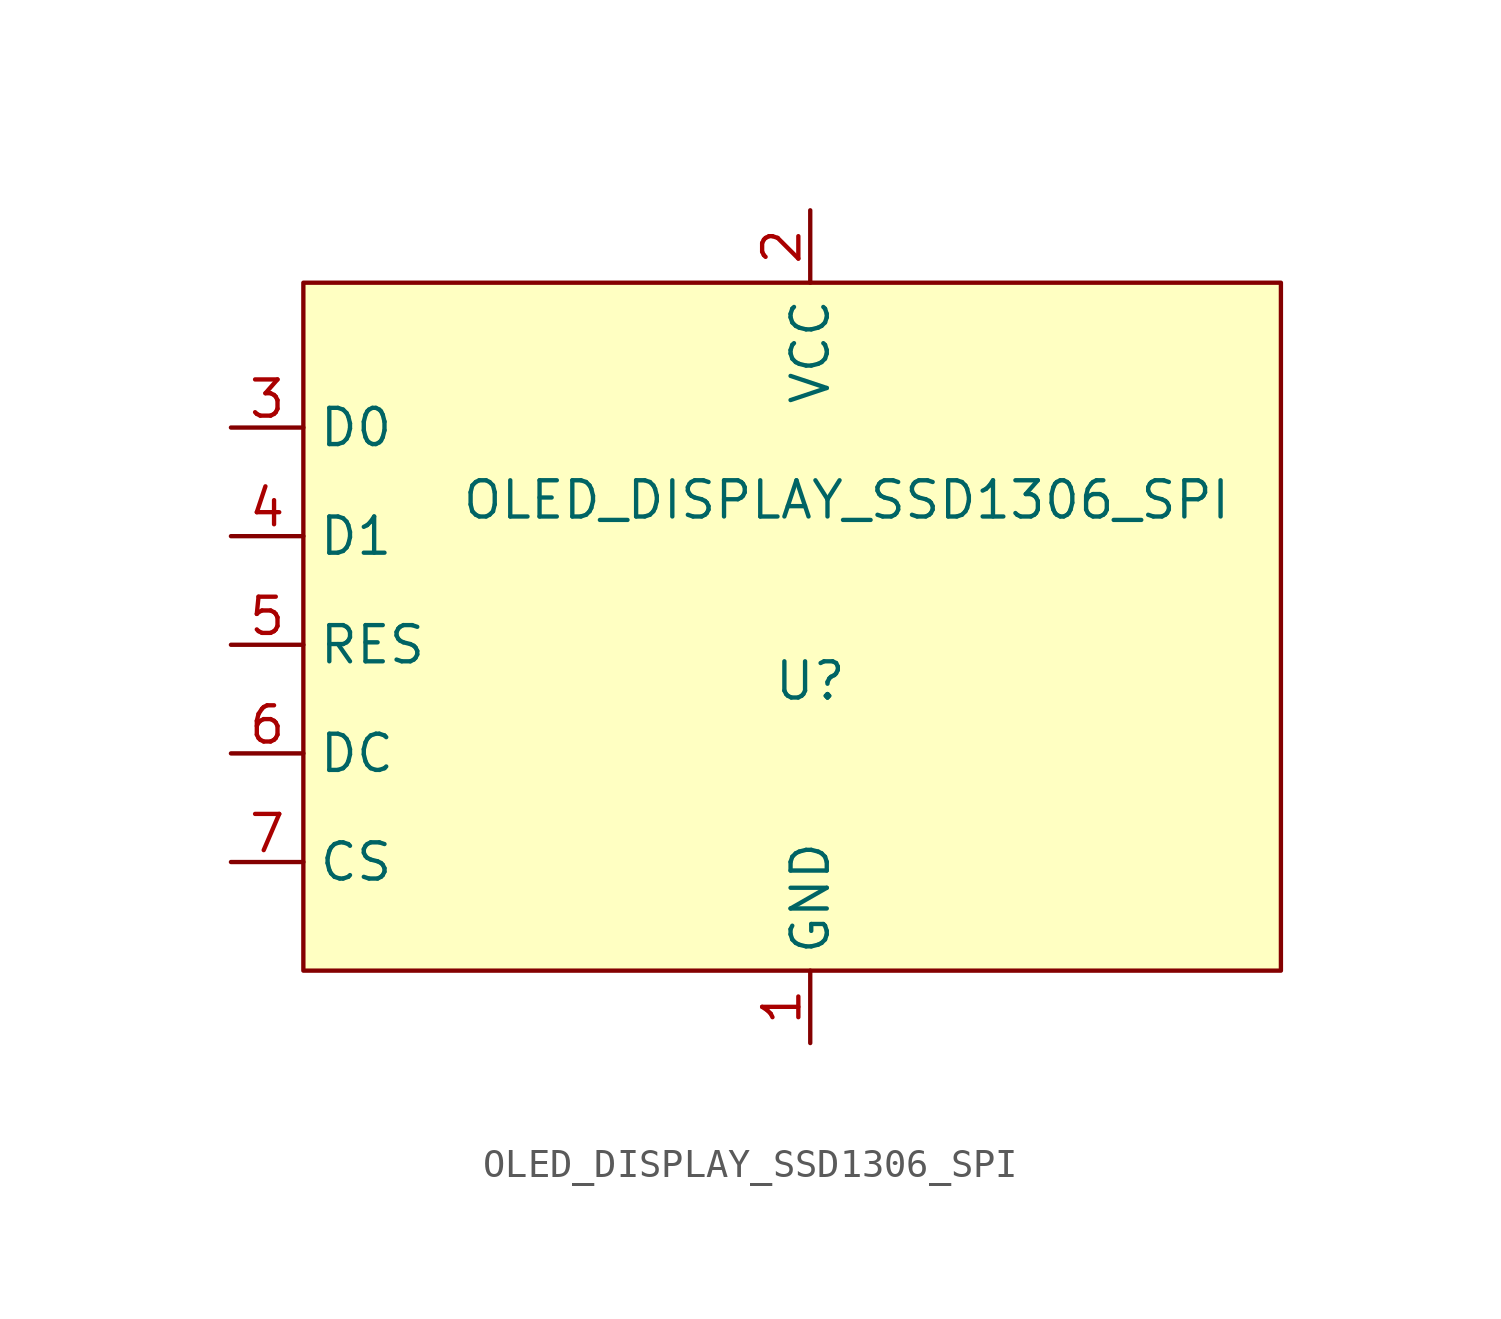
<source format=kicad_sym>
(kicad_symbol_lib
  (version 20211014)
  (generator kicad_symbol_editor)
  (symbol "OLED_DISPLAY_SSD1306_SPI"
    (property "Reference" "U"
      (at 0 2.54 0)
      (effects (font (size 1.27 1.27))))
    (property "Value" "OLED_DISPLAY_SSD1306_SPI"
      (at 1.27 8.89 0)
      (effects (font (size 1.27 1.27))))
    (symbol "OLED_DISPLAY_SSD1306_SPI_0_1"
      (rectangle (start -17.78 16.51) (end 16.51 -7.62) (stroke (width 0) (type default) (color 0 0 0 0)) (fill (type background))))
    (symbol "OLED_DISPLAY_SSD1306_SPI_1_1"
      (pin power_in line (at 0 -10.16 90) (length 2.54) (name "GND" (effects (font (size 1.27 1.27)))) (number "1" (effects (font (size 1.27 1.27)))))
      (pin power_in line (at 0 19.05 270) (length 2.54) (name "VCC" (effects (font (size 1.27 1.27)))) (number "2" (effects (font (size 1.27 1.27)))))
      (pin input line (at -20.32 11.43 0) (length 2.54) (name "D0" (effects (font (size 1.27 1.27)))) (number "3" (effects (font (size 1.27 1.27)))))
      (pin input line (at -20.32 7.62 0) (length 2.54) (name "D1" (effects (font (size 1.27 1.27)))) (number "4" (effects (font (size 1.27 1.27)))))
      (pin input line (at -20.32 3.81 0) (length 2.54) (name "RES" (effects (font (size 1.27 1.27)))) (number "5" (effects (font (size 1.27 1.27)))))
      (pin input line (at -20.32 0 0) (length 2.54) (name "DC" (effects (font (size 1.27 1.27)))) (number "6" (effects (font (size 1.27 1.27)))))
      (pin input line (at -20.32 -3.81 0) (length 2.54) (name "CS" (effects (font (size 1.27 1.27)))) (number "7" (effects (font (size 1.27 1.27))))))))
</source>
